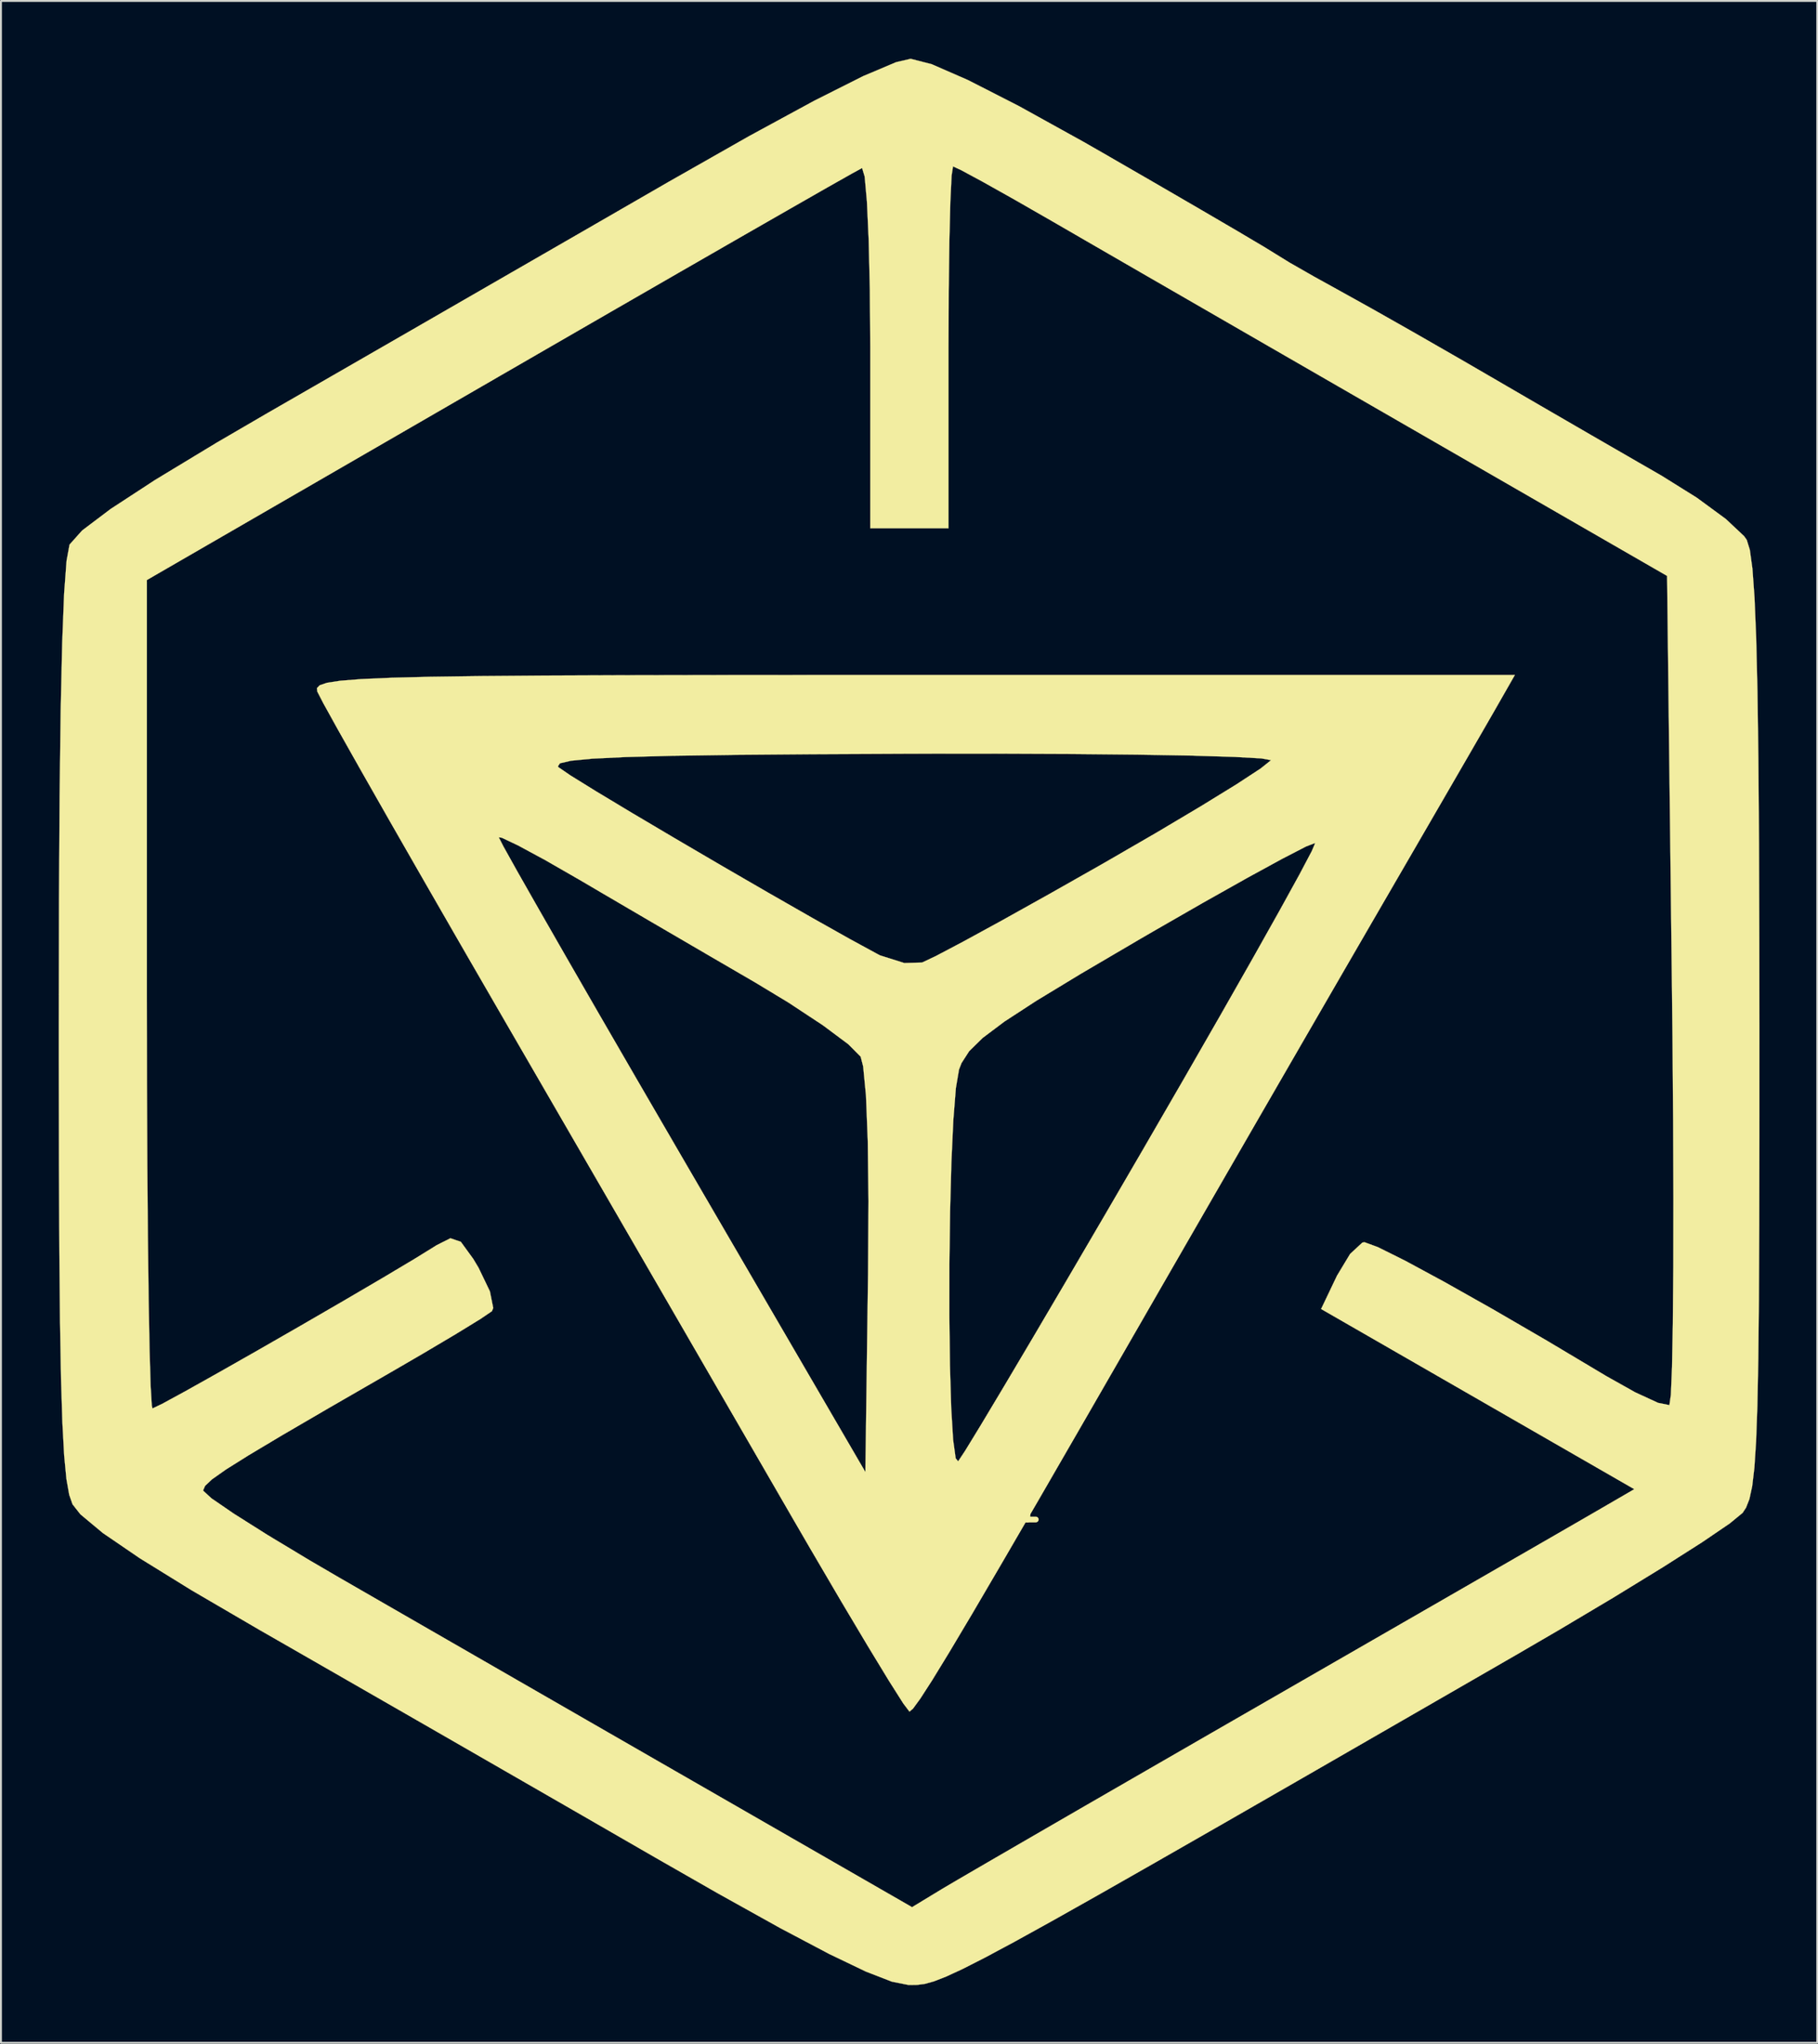
<source format=kicad_pcb>
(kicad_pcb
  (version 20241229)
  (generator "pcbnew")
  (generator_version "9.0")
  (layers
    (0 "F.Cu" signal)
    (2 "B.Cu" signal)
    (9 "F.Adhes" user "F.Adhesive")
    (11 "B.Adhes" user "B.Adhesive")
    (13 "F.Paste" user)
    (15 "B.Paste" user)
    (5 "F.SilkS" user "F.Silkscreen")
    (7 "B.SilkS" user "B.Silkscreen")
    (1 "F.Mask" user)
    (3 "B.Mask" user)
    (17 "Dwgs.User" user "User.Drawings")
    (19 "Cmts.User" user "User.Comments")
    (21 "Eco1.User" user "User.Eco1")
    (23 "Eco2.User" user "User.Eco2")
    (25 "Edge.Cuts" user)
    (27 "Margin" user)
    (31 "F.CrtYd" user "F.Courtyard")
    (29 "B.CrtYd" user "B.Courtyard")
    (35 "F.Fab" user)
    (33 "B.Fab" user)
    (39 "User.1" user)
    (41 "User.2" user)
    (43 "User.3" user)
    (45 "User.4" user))
  (footprint "ingress1"
    (layer "F.Cu")
    (at 46.233 75.189)
    (property "Reference" "ingress1" (at 0 0 0) (layer "F.SilkS") (effects (font (size 1.524 1.524) (thickness 0.3))))
    (attr through_hole)
    (fp_poly (pts (xy 28.487 -41.529) (xy 27.948 -40.592) (xy 26.993 -38.939) (xy 25.714 -36.73) (xy 24.206 -34.128) (xy 22.563 -31.296) (xy 22.237 -30.734) (xy 20.44 -27.633) (xy 18.285 -23.908) (xy 15.922 -19.818) (xy 13.5 -15.621) (xy 11.168 -11.575) (xy 9.915 -9.398) (xy 7.089 -4.493) (xy 4.728 -0.406) (xy 2.791 2.925) (xy 1.243 5.567) (xy 0.043 7.582) (xy -0.846 9.035) (xy -1.463 9.991) (xy -1.845 10.514) (xy -2.028 10.668) (xy -2.346 10.248) (xy -3.093 9.07) (xy -4.196 7.257) (xy -5.58 4.934) (xy -7.169 2.224) (xy -8.092 0.635) (xy -9.798 -2.314) (xy -11.899 -5.944) (xy -14.279 -10.056) (xy -16.825 -14.453) (xy -19.42 -18.935) (xy -21.951 -23.305) (xy -23.181 -25.428) (xy -25.319 -29.126) (xy -27.301 -32.57) (xy -28.549 -34.747) (xy -23.368 -34.747) (xy -23.121 -34.265) (xy -22.418 -33.003) (xy -21.314 -31.061) (xy -19.867 -28.536) (xy -18.133 -25.527) (xy -16.167 -22.132) (xy -14.026 -18.448) (xy -13.843 -18.133) (xy -4.318 -1.778) (xy -4.21 -9.86) (xy 0.045 -9.86) (xy 0.076 -7.313) (xy 0.141 -5.117) (xy 0.241 -3.45) (xy 0.374 -2.486) (xy 0.502 -2.334) (xy 0.855 -2.866) (xy 1.656 -4.176) (xy 2.845 -6.16) (xy 4.361 -8.716) (xy 6.143 -11.743) (xy 8.13 -15.138) (xy 10.104 -18.527) (xy 12.203 -22.153) (xy 14.122 -25.494) (xy 15.805 -28.452) (xy 17.195 -30.927) (xy 18.237 -32.818) (xy 18.875 -34.027) (xy 19.056 -34.454) (xy 18.579 -34.269) (xy 17.361 -33.641) (xy 15.536 -32.645) (xy 13.236 -31.352) (xy 10.596 -29.836) (xy 9.963 -29.468) (xy 6.877 -27.657) (xy 4.562 -26.253) (xy 2.902 -25.172) (xy 1.78 -24.329) (xy 1.077 -23.641) (xy 0.678 -23.021) (xy 0.547 -22.686) (xy 0.383 -21.72) (xy 0.251 -20.051) (xy 0.151 -17.854) (xy 0.083 -15.306) (xy 0.047 -12.583) (xy 0.045 -9.86) (xy -4.21 -9.86) (xy -4.18 -12.079) (xy -4.157 -15.844) (xy -4.194 -18.96) (xy -4.287 -21.328) (xy -4.433 -22.848) (xy -4.564 -23.354) (xy -5.2 -23.994) (xy -6.522 -24.98) (xy -8.324 -26.168) (xy -10.036 -27.202) (xy -12.625 -28.709) (xy -15.448 -30.356) (xy -18.062 -31.886) (xy -19.177 -32.541) (xy -20.967 -33.569) (xy -22.376 -34.33) (xy -23.215 -34.727) (xy -23.368 -34.747) (xy -28.549 -34.747) (xy -29.069 -35.655) (xy -30.562 -38.278) (xy -30.648 -38.431) (xy -20.295 -38.431) (xy -20.253 -38.379) (xy -19.636 -37.957) (xy -18.308 -37.135) (xy -16.444 -36.014) (xy -14.217 -34.696) (xy -11.799 -33.28) (xy -9.364 -31.87) (xy -7.086 -30.567) (xy -5.137 -29.471) (xy -3.691 -28.684) (xy -3.556 -28.614) (xy -2.296 -28.217) (xy -1.373 -28.242) (xy -0.662 -28.577) (xy 0.777 -29.336) (xy 2.789 -30.435) (xy 5.223 -31.793) (xy 7.926 -33.324) (xy 8.134 -33.443) (xy 10.785 -34.977) (xy 13.106 -36.357) (xy 14.963 -37.499) (xy 16.218 -38.32) (xy 16.739 -38.736) (xy 16.746 -38.755) (xy 16.261 -38.844) (xy 14.871 -38.922) (xy 12.688 -38.988) (xy 9.824 -39.039) (xy 6.39 -39.074) (xy 2.497 -39.091) (xy -1.742 -39.088) (xy -2.092 -39.087) (xy -7.09 -39.062) (xy -11.153 -39.028) (xy -14.357 -38.98) (xy -16.784 -38.915) (xy -18.512 -38.831) (xy -19.62 -38.724) (xy -20.188 -38.592) (xy -20.295 -38.431) (xy -30.648 -38.431) (xy -31.721 -40.333) (xy -32.487 -41.716) (xy -32.798 -42.319) (xy -32.815 -42.496) (xy -32.669 -42.647) (xy -32.288 -42.774) (xy -31.599 -42.879) (xy -30.527 -42.964) (xy -29.001 -43.032) (xy -26.946 -43.084) (xy -24.289 -43.122) (xy -20.958 -43.149) (xy -16.879 -43.166) (xy -11.978 -43.175) (xy -6.183 -43.179) (xy -1.849 -43.18) (xy 29.43 -43.18) (xy 28.487 -41.529)) (stroke (width 0.01) (type solid)) (fill yes) (layer "F.SilkS"))
    (fp_poly (pts (xy -0.87 -74.903) (xy 1.021 -74.077) (xy 3.663 -72.727) (xy 7.008 -70.876) (xy 8.023 -70.295) (xy 10.69 -68.755) (xy 13.068 -67.374) (xy 15.01 -66.239) (xy 16.371 -65.433) (xy 17.005 -65.043) (xy 17.018 -65.034) (xy 17.71 -64.607) (xy 18.996 -63.872) (xy 20.32 -63.14) (xy 21.947 -62.236) (xy 24.126 -61.002) (xy 26.532 -59.622) (xy 28.194 -58.658) (xy 30.722 -57.188) (xy 33.404 -55.634) (xy 35.845 -54.225) (xy 37.052 -53.53) (xy 38.872 -52.394) (xy 40.388 -51.283) (xy 41.34 -50.39) (xy 41.479 -50.192) (xy 41.638 -49.677) (xy 41.771 -48.706) (xy 41.88 -47.206) (xy 41.967 -45.104) (xy 42.033 -42.329) (xy 42.081 -38.807) (xy 42.113 -34.466) (xy 42.13 -29.234) (xy 42.135 -24.892) (xy 42.134 -19.281) (xy 42.126 -14.598) (xy 42.108 -10.755) (xy 42.077 -7.662) (xy 42.029 -5.232) (xy 41.963 -3.376) (xy 41.874 -2.007) (xy 41.759 -1.035) (xy 41.616 -0.372) (xy 41.442 0.07) (xy 41.264 0.342) (xy 40.59 0.896) (xy 39.164 1.866) (xy 37.117 3.169) (xy 34.583 4.723) (xy 31.693 6.443) (xy 29.464 7.74) (xy 23.625 11.105) (xy 18.601 13.999) (xy 14.326 16.456) (xy 10.734 18.512) (xy 7.762 20.204) (xy 5.342 21.566) (xy 3.409 22.634) (xy 1.899 23.443) (xy 0.745 24.03) (xy -0.119 24.43) (xy -0.756 24.678) (xy -1.234 24.81) (xy -1.617 24.861) (xy -1.972 24.867) (xy -2.074 24.866) (xy -2.942 24.694) (xy -4.289 24.172) (xy -6.193 23.259) (xy -8.734 21.917) (xy -11.991 20.104) (xy -15.24 18.246) (xy -19.007 16.074) (xy -23.107 13.714) (xy -27.262 11.324) (xy -31.196 9.065) (xy -34.631 7.094) (xy -35.736 6.461) (xy -39.311 4.375) (xy -42.027 2.697) (xy -43.94 1.39) (xy -45.105 0.419) (xy -45.515 -0.102) (xy -45.687 -0.596) (xy -45.831 -1.414) (xy -45.948 -2.637) (xy -46.041 -4.351) (xy -46.112 -6.637) (xy -46.164 -9.579) (xy -46.199 -13.262) (xy -46.219 -17.767) (xy -46.228 -23.178) (xy -46.228 -25.097) (xy -46.217 -31.492) (xy -46.185 -36.896) (xy -46.129 -41.335) (xy -46.051 -44.834) (xy -45.95 -47.417) (xy -45.898 -48.108) (xy -41.656 -48.108) (xy -41.656 -26.594) (xy -41.649 -22.03) (xy -41.63 -17.796) (xy -41.6 -13.996) (xy -41.56 -10.736) (xy -41.512 -8.12) (xy -41.457 -6.252) (xy -41.396 -5.237) (xy -41.361 -5.08) (xy -40.857 -5.32) (xy -39.656 -5.974) (xy -37.935 -6.938) (xy -35.872 -8.11) (xy -33.646 -9.388) (xy -31.434 -10.67) (xy -29.414 -11.854) (xy -27.765 -12.837) (xy -26.664 -13.517) (xy -26.604 -13.556) (xy -25.88 -13.921) (xy -25.337 -13.735) (xy -24.693 -12.848) (xy -24.418 -12.39) (xy -23.828 -11.163) (xy -23.654 -10.297) (xy -23.722 -10.133) (xy -24.307 -9.735) (xy -25.576 -8.956) (xy -27.33 -7.916) (xy -28.956 -6.971) (xy -32.169 -5.118) (xy -34.602 -3.7) (xy -36.36 -2.65) (xy -37.548 -1.905) (xy -38.268 -1.397) (xy -38.626 -1.061) (xy -38.725 -0.831) (xy -38.725 -0.808) (xy -38.297 -0.413) (xy -37.133 0.385) (xy -35.383 1.49) (xy -33.196 2.807) (xy -31.668 3.699) (xy -29.151 5.149) (xy -25.988 6.97) (xy -22.412 9.028) (xy -18.659 11.187) (xy -14.963 13.313) (xy -13.266 14.288) (xy -1.893 20.825) (xy -0.312 19.866) (xy 0.496 19.39) (xy 2.07 18.474) (xy 4.296 17.184) (xy 7.058 15.586) (xy 10.244 13.748) (xy 13.737 11.734) (xy 16.51 10.138) (xy 20.179 8.026) (xy 23.645 6.031) (xy 26.789 4.221) (xy 29.492 2.664) (xy 31.639 1.427) (xy 33.109 0.578) (xy 33.692 0.241) (xy 35.634 -0.886) (xy 27.498 -5.566) (xy 19.361 -10.246) (xy 20.189 -11.981) (xy 20.868 -13.106) (xy 21.501 -13.692) (xy 21.611 -13.716) (xy 22.306 -13.462) (xy 23.735 -12.751) (xy 25.764 -11.654) (xy 28.262 -10.247) (xy 31.095 -8.601) (xy 34.132 -6.79) (xy 34.157 -6.774) (xy 35.684 -5.917) (xy 36.872 -5.37) (xy 37.459 -5.252) (xy 37.536 -5.794) (xy 37.596 -7.246) (xy 37.638 -9.502) (xy 37.662 -12.454) (xy 37.667 -15.997) (xy 37.653 -20.025) (xy 37.619 -24.43) (xy 37.592 -26.907) (xy 37.338 -48.324) (xy 23.876 -56.079) (xy 20.225 -58.183) (xy 16.598 -60.274) (xy 13.163 -62.256) (xy 10.084 -64.032) (xy 7.528 -65.509) (xy 5.661 -66.589) (xy 5.443 -66.715) (xy 3.444 -67.862) (xy 1.785 -68.793) (xy 0.652 -69.404) (xy 0.236 -69.596) (xy 0.162 -69.114) (xy 0.097 -67.775) (xy 0.046 -65.736) (xy 0.012 -63.155) (xy 0 -60.198) (xy 0 -50.8) (xy -4.064 -50.8) (xy -4.064 -60.24) (xy -4.086 -63.197) (xy -4.146 -65.756) (xy -4.238 -67.765) (xy -4.355 -69.068) (xy -4.489 -69.512) (xy -4.491 -69.511) (xy -5.009 -69.228) (xy -6.313 -68.491) (xy -8.308 -67.351) (xy -10.9 -65.865) (xy -13.996 -64.085) (xy -17.502 -62.065) (xy -21.324 -59.859) (xy -23.287 -58.725) (xy -41.656 -48.108) (xy -45.898 -48.108) (xy -45.824 -49.11) (xy -45.673 -49.937) (xy -45.665 -49.957) (xy -45.014 -50.685) (xy -43.537 -51.8) (xy -41.211 -53.318) (xy -38.011 -55.254) (xy -35.378 -56.787) (xy -31.924 -58.775) (xy -27.895 -61.095) (xy -23.596 -63.573) (xy -19.33 -66.031) (xy -15.404 -68.296) (xy -14.56 -68.783) (xy -10.36 -71.169) (xy -6.983 -73.003) (xy -4.436 -74.284) (xy -2.724 -75.008) (xy -1.966 -75.184) (xy -0.87 -74.903)) (stroke (width 0.01) (type solid)) (fill yes) (layer "F.SilkS")))
  (gr_rect
    (start -3 -3)
    (end 91.373 103.061)
    (stroke (width 0.1) (type default))
    (fill no)
    (layer "Edge.Cuts")))
</source>
